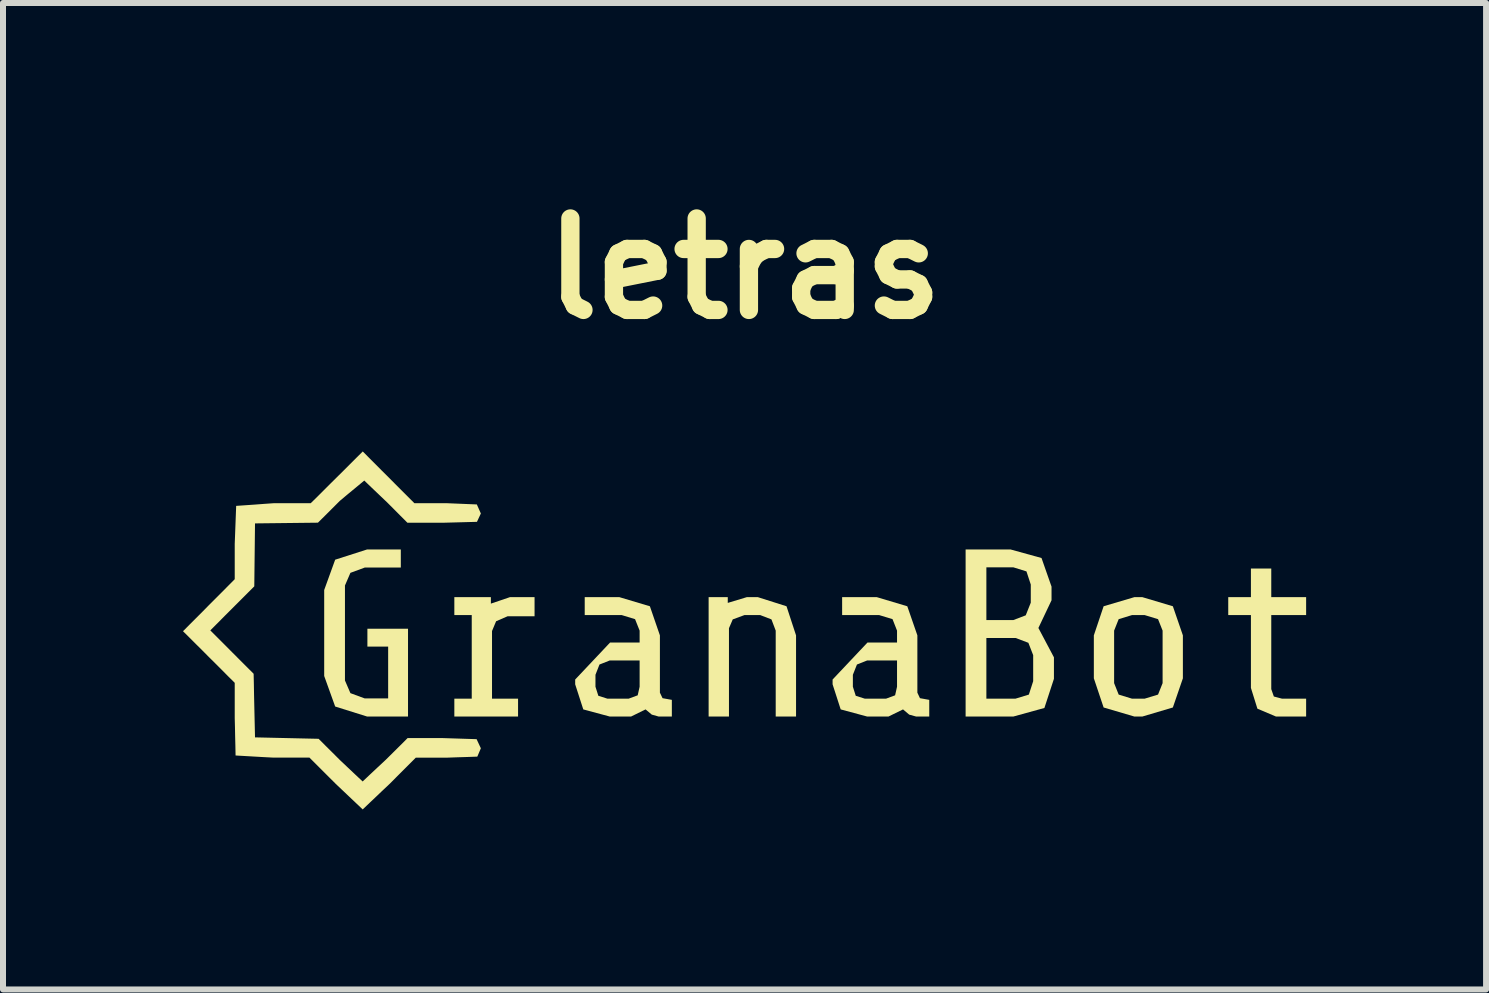
<source format=kicad_pcb>
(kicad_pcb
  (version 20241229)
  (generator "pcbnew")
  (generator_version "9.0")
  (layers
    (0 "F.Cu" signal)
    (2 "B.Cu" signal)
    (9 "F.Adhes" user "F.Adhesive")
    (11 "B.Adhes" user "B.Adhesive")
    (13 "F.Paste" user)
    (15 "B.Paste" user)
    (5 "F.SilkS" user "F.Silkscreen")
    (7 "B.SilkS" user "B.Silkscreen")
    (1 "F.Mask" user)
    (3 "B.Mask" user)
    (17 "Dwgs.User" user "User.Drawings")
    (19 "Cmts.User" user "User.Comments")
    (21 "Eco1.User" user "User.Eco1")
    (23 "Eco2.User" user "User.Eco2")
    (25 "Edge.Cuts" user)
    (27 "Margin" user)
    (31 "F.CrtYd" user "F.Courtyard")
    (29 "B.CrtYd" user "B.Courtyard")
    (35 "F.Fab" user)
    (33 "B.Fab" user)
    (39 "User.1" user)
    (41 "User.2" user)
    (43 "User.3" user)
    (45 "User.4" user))
  (footprint "letras"
    (layer "F.Cu")
    (at 9.359 7.457)
    (property "Reference" "letras" (at 0 -6.031 0) (layer "F.SilkS") (effects (font (size 1.524 1.524) (thickness 0.305))))
    (attr smd)
    (fp_poly (pts (xy -0.28 -0.555) (xy -0.28 -0.459) (xy 0.038 -0.555) (xy 0.221 -0.555) (xy 0.699 -0.403) (xy 0.858 0.082) (xy 0.858 1.435) (xy 0.519 1.435) (xy 0.519 0.003) (xy 0.448 -0.184) (xy 0.261 -0.256) (xy -0.002 -0.256) (xy -0.197 -0.184) (xy -0.26 -0.037) (xy -0.26 1.435) (xy -0.599 1.435) (xy -0.599 -0.555) (xy -0.28 -0.555)) (stroke (width 0) (type solid)) (fill yes) (layer "F.SilkS"))
    (fp_poly (pts (xy -4.547 1.137) (xy -4.547 -0.256) (xy -4.837 -0.256) (xy -4.837 -0.555) (xy -4.228 -0.555) (xy -4.228 -0.447) (xy -3.91 -0.555) (xy -3.5 -0.555) (xy -3.5 -0.236) (xy -3.95 -0.236) (xy -4.141 -0.153) (xy -4.209 0.01) (xy -4.209 1.137) (xy -3.775 1.137) (xy -3.775 1.435) (xy -4.837 1.435) (xy -4.837 1.137) (xy -4.547 1.137) (xy -4.547 1.137)) (stroke (width 0) (type solid)) (fill yes) (layer "F.SilkS"))
    (fp_poly (pts (xy 8.857 1.435) (xy 8.547 1.304) (xy 8.439 0.958) (xy 8.439 -0.256) (xy 8.061 -0.256) (xy 8.061 -0.555) (xy 8.439 -0.555) (xy 8.439 -1.032) (xy 8.778 -1.032) (xy 8.778 -0.555) (xy 9.359 -0.555) (xy 9.359 -0.256) (xy 8.778 -0.256) (xy 8.778 0.978) (xy 8.821 1.101) (xy 8.957 1.137) (xy 9.359 1.137) (xy 9.359 1.435) (xy 8.857 1.435) (xy 8.857 1.435)) (stroke (width 0) (type solid)) (fill yes) (layer "F.SilkS"))
    (fp_poly (pts (xy -6.29 1.435) (xy -6.823 1.268) (xy -7.006 0.759) (xy -7.006 -0.674) (xy -6.823 -1.179) (xy -6.29 -1.35) (xy -5.729 -1.35) (xy -5.729 -1.048) (xy -6.33 -1.048) (xy -6.569 -0.96) (xy -6.66 -0.749) (xy -6.66 0.834) (xy -6.569 1.045) (xy -6.33 1.133) (xy -5.94 1.133) (xy -5.94 0.269) (xy -6.286 0.269) (xy -6.286 -0.029) (xy -5.609 -0.029) (xy -5.609 1.435) (xy -6.29 1.435) (xy -6.29 1.435)) (stroke (width 0) (type solid)) (fill yes) (layer "F.SilkS"))
    (fp_poly (pts (xy 7.305 0.798) (xy 6.967 0.003) (xy 6.891 -0.188) (xy 6.668 -0.256) (xy 6.457 -0.256) (xy 6.235 -0.188) (xy 6.159 0.003) (xy 6.159 0.878) (xy 6.235 1.069) (xy 6.457 1.137) (xy 6.668 1.137) (xy 6.891 1.069) (xy 6.967 0.878) (xy 6.967 0.003) (xy 7.305 0.798) (xy 7.138 1.284) (xy 6.629 1.435) (xy 6.497 1.435) (xy 5.984 1.284) (xy 5.821 0.798) (xy 5.821 0.082) (xy 5.984 -0.403) (xy 6.497 -0.555) (xy 6.629 -0.555) (xy 7.138 -0.403) (xy 7.305 0.082) (xy 7.305 0.798)) (stroke (width 0) (type solid)) (fill yes) (layer "F.SilkS"))
    (fp_poly (pts (xy 5.156 0.806) (xy 4.479 -0.173) (xy 4.686 -0.252) (xy 4.77 -0.463) (xy 4.77 -0.765) (xy 4.77 -0.765) (xy 4.698 -0.984) (xy 4.479 -1.052) (xy 4.03 -1.052) (xy 4.03 -0.173) (xy 4.479 -0.173) (xy 5.156 0.806) (xy 4.81 0.412) (xy 4.73 0.206) (xy 4.519 0.126) (xy 4.03 0.126) (xy 4.03 1.137) (xy 4.515 1.137) (xy 4.738 1.069) (xy 4.81 0.846) (xy 4.81 0.412) (xy 4.81 0.412) (xy 5.156 0.806) (xy 4.997 1.292) (xy 4.479 1.435) (xy 3.684 1.435) (xy 3.684 -1.35) (xy 4.432 -1.35) (xy 4.949 -1.207) (xy 5.116 -0.73) (xy 5.116 -0.503) (xy 4.897 -0.041) (xy 5.156 0.448) (xy 5.156 0.806)) (stroke (width 0) (type solid)) (fill yes) (layer "F.SilkS"))
    (fp_poly (pts (xy -1.431 1.435) (xy -1.932 1.137) (xy -1.781 1.081) (xy -1.749 0.938) (xy -1.749 0.5) (xy -2.246 0.5) (xy -2.418 0.568) (xy -2.485 0.739) (xy -2.485 0.938) (xy -2.437 1.089) (xy -2.286 1.137) (xy -1.932 1.137) (xy -1.932 1.137) (xy -1.431 1.435) (xy -1.546 1.403) (xy -1.65 1.316) (xy -1.892 1.435) (xy -2.246 1.435) (xy -2.688 1.316) (xy -2.823 0.898) (xy -2.823 0.818) (xy -2.242 0.202) (xy -1.749 0.202) (xy -1.749 0.003) (xy -1.825 -0.188) (xy -2.047 -0.256) (xy -2.664 -0.256) (xy -2.664 -0.555) (xy -2.087 -0.555) (xy -1.578 -0.403) (xy -1.411 0.082) (xy -1.411 1.037) (xy -1.367 1.129) (xy -1.212 1.157) (xy -1.212 1.435) (xy -1.431 1.435) (xy -1.431 1.435)) (stroke (width 0) (type solid)) (fill yes) (layer "F.SilkS"))
    (fp_poly (pts (xy 2.86 1.435) (xy 2.358 1.137) (xy 2.509 1.081) (xy 2.541 0.938) (xy 2.541 0.5) (xy 2.044 0.5) (xy 1.873 0.568) (xy 1.805 0.739) (xy 1.805 0.938) (xy 1.853 1.089) (xy 2.004 1.137) (xy 2.358 1.137) (xy 2.358 1.137) (xy 2.86 1.435) (xy 2.744 1.403) (xy 2.641 1.316) (xy 2.398 1.435) (xy 2.044 1.435) (xy 1.602 1.316) (xy 1.467 0.898) (xy 1.467 0.818) (xy 2.048 0.202) (xy 2.541 0.202) (xy 2.541 0.003) (xy 2.466 -0.188) (xy 2.243 -0.256) (xy 1.626 -0.256) (xy 1.626 -0.555) (xy 2.203 -0.555) (xy 2.712 -0.403) (xy 2.88 0.082) (xy 2.88 1.037) (xy 2.923 1.129) (xy 3.078 1.157) (xy 3.078 1.435) (xy 2.86 1.435) (xy 2.86 1.435)) (stroke (width 0) (type solid)) (fill yes) (layer "F.SilkS"))
    (fp_poly (pts (xy -6.82 2.55) (xy -6.928 2.443) (xy -7.036 2.335) (xy -7.144 2.227) (xy -7.252 2.119) (xy -7.404 2.119) (xy -7.556 2.119) (xy -7.709 2.119) (xy -7.861 2.119) (xy -8.016 2.111) (xy -8.171 2.102) (xy -8.327 2.093) (xy -8.483 2.084) (xy -8.486 1.928) (xy -8.49 1.772) (xy -8.493 1.616) (xy -8.497 1.46) (xy -8.497 1.265) (xy -8.497 1.07) (xy -8.497 0.873) (xy -8.605 0.766) (xy -8.712 0.658) (xy -8.82 0.55) (xy -8.928 0.443) (xy -9.035 0.335) (xy -9.143 0.228) (xy -9.251 0.12) (xy -9.359 0.013) (xy -9.251 -0.096) (xy -9.143 -0.204) (xy -9.035 -0.312) (xy -8.928 -0.421) (xy -8.82 -0.529) (xy -8.712 -0.637) (xy -8.605 -0.745) (xy -8.497 -0.854) (xy -8.497 -1.05) (xy -8.497 -1.245) (xy -8.497 -1.442) (xy -8.491 -1.6) (xy -8.485 -1.759) (xy -8.479 -1.918) (xy -8.473 -2.076) (xy -8.314 -2.087) (xy -8.156 -2.098) (xy -7.997 -2.11) (xy -7.839 -2.121) (xy -7.687 -2.121) (xy -7.534 -2.121) (xy -7.382 -2.121) (xy -7.23 -2.121) (xy -7.121 -2.228) (xy -7.013 -2.336) (xy -6.905 -2.444) (xy -6.796 -2.552) (xy -6.688 -2.659) (xy -6.58 -2.767) (xy -6.472 -2.875) (xy -6.363 -2.983) (xy -6.256 -2.875) (xy -6.148 -2.767) (xy -6.041 -2.659) (xy -5.933 -2.552) (xy -5.826 -2.444) (xy -5.718 -2.336) (xy -5.61 -2.228) (xy -5.503 -2.121) (xy -5.326 -2.121) (xy -5.15 -2.121) (xy -4.973 -2.121) (xy -4.803 -2.114) (xy -4.633 -2.107) (xy -4.462 -2.1) (xy -4.395 -1.949) (xy -4.46 -1.81) (xy -4.647 -1.805) (xy -4.833 -1.8) (xy -5.021 -1.795) (xy -5.171 -1.795) (xy -5.32 -1.795) (xy -5.47 -1.795) (xy -5.619 -1.795) (xy -5.732 -1.908) (xy -5.844 -2.021) (xy -5.957 -2.134) (xy -6.084 -2.255) (xy -6.211 -2.376) (xy -6.338 -2.498) (xy -6.474 -2.385) (xy -6.61 -2.273) (xy -6.746 -2.159) (xy -6.867 -2.038) (xy -6.988 -1.917) (xy -7.11 -1.796) (xy -7.285 -1.794) (xy -7.459 -1.792) (xy -7.635 -1.79) (xy -7.809 -1.788) (xy -7.983 -1.786) (xy -8.159 -1.784) (xy -8.161 -1.609) (xy -8.163 -1.435) (xy -8.165 -1.259) (xy -8.167 -1.085) (xy -8.169 -0.911) (xy -8.171 -0.735) (xy -8.293 -0.613) (xy -8.415 -0.491) (xy -8.538 -0.368) (xy -8.66 -0.246) (xy -8.781 -0.124) (xy -8.904 -0.001) (xy -8.784 0.119) (xy -8.664 0.239) (xy -8.543 0.361) (xy -8.423 0.481) (xy -8.303 0.601) (xy -8.182 0.722) (xy -8.178 0.898) (xy -8.175 1.074) (xy -8.171 1.252) (xy -8.167 1.428) (xy -8.163 1.604) (xy -8.159 1.782) (xy -7.983 1.786) (xy -7.807 1.79) (xy -7.629 1.794) (xy -7.453 1.798) (xy -7.277 1.802) (xy -7.099 1.806) (xy -6.981 1.924) (xy -6.862 2.042) (xy -6.743 2.161) (xy -6.617 2.28) (xy -6.492 2.398) (xy -6.365 2.517) (xy -6.237 2.396) (xy -6.109 2.276) (xy -5.979 2.155) (xy -5.858 2.035) (xy -5.737 1.915) (xy -5.616 1.794) (xy -5.42 1.794) (xy -5.226 1.794) (xy -5.03 1.794) (xy -4.842 1.8) (xy -4.655 1.806) (xy -4.466 1.812) (xy -4.395 1.964) (xy -4.454 2.103) (xy -4.62 2.109) (xy -4.785 2.114) (xy -4.951 2.12) (xy -5.127 2.12) (xy -5.303 2.12) (xy -5.479 2.12) (xy -5.587 2.228) (xy -5.695 2.336) (xy -5.803 2.444) (xy -5.91 2.552) (xy -6.024 2.659) (xy -6.137 2.767) (xy -6.251 2.875) (xy -6.364 2.983) (xy -6.478 2.875) (xy -6.592 2.767) (xy -6.706 2.659) (xy -6.82 2.551) (xy -6.82 2.552) (xy -6.82 2.55)) (stroke (width 0) (type solid)) (fill yes) (layer "F.SilkS")))
  (gr_rect
    (start -3 -3)
    (end 21.717 13.44)
    (stroke (width 0.1) (type default))
    (fill no)
    (layer "Edge.Cuts")))
</source>
